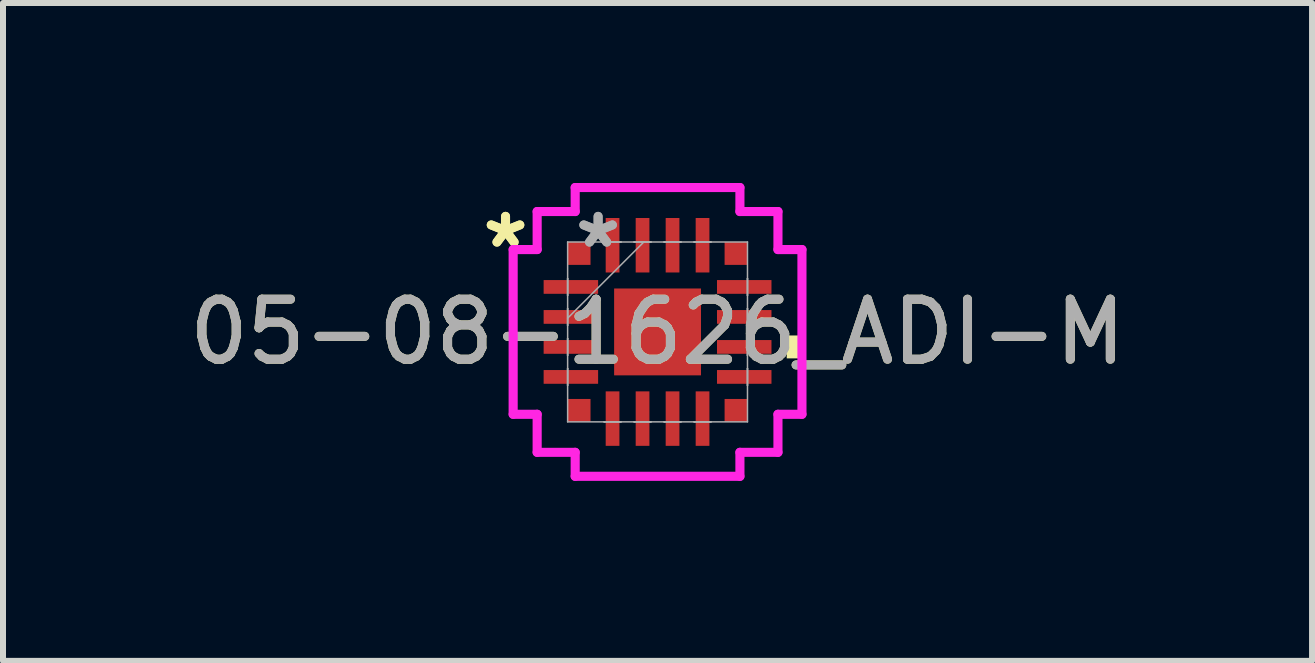
<source format=kicad_pcb>
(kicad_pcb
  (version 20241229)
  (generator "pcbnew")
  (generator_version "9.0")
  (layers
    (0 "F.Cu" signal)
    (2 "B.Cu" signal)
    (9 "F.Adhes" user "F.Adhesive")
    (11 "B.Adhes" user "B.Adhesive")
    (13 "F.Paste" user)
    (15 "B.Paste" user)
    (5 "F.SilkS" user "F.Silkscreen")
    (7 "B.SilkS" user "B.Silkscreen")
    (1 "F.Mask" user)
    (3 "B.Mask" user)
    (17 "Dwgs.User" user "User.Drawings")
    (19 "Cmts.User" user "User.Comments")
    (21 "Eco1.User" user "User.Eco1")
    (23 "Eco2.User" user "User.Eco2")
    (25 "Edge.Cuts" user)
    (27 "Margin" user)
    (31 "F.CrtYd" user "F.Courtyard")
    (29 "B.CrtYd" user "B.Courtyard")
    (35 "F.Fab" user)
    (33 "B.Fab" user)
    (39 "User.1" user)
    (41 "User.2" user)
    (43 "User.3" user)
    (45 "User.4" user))
  (footprint "05-08-1626_ADI-M"
    (layer "F.Cu")
    (at 7.911 2.483)
    (property "Reference" "05-08-1626_ADI-M" (at 0 0 0) (unlocked yes) (layer "F.SilkS") (effects (font (size 1 1) (thickness 0.15))))
    (attr smd)
    (fp_poly (pts (xy 2.407 0.059) (xy 2.407 0.441) (xy 2.153 0.441) (xy 2.153 0.059)) (stroke (width 0) (type solid)) (fill yes) (layer "F.SilkS"))
    (fp_line (start -2.407 -1.373) (end -2.007 -1.373) (stroke (width 0.152) (type solid)) (layer "F.CrtYd"))
    (fp_line (start -2.407 1.373) (end -2.407 -1.373) (stroke (width 0.152) (type solid)) (layer "F.CrtYd"))
    (fp_line (start -2.407 1.373) (end -2.007 1.373) (stroke (width 0.152) (type solid)) (layer "F.CrtYd"))
    (fp_line (start -2.007 -2.007) (end -1.373 -2.007) (stroke (width 0.152) (type solid)) (layer "F.CrtYd"))
    (fp_line (start -2.007 -1.373) (end -2.007 -2.007) (stroke (width 0.152) (type solid)) (layer "F.CrtYd"))
    (fp_line (start -2.007 2.007) (end -2.007 1.373) (stroke (width 0.152) (type solid)) (layer "F.CrtYd"))
    (fp_line (start -1.373 -2.407) (end 1.373 -2.407) (stroke (width 0.152) (type solid)) (layer "F.CrtYd"))
    (fp_line (start -1.373 -2.007) (end -1.373 -2.407) (stroke (width 0.152) (type solid)) (layer "F.CrtYd"))
    (fp_line (start -1.373 2.007) (end -2.007 2.007) (stroke (width 0.152) (type solid)) (layer "F.CrtYd"))
    (fp_line (start -1.373 2.407) (end -1.373 2.007) (stroke (width 0.152) (type solid)) (layer "F.CrtYd"))
    (fp_line (start 1.373 -2.407) (end 1.373 -2.007) (stroke (width 0.152) (type solid)) (layer "F.CrtYd"))
    (fp_line (start 1.373 -2.007) (end 2.007 -2.007) (stroke (width 0.152) (type solid)) (layer "F.CrtYd"))
    (fp_line (start 1.373 2.007) (end 1.373 2.407) (stroke (width 0.152) (type solid)) (layer "F.CrtYd"))
    (fp_line (start 1.373 2.407) (end -1.373 2.407) (stroke (width 0.152) (type solid)) (layer "F.CrtYd"))
    (fp_line (start 2.007 -2.007) (end 2.007 -1.373) (stroke (width 0.152) (type solid)) (layer "F.CrtYd"))
    (fp_line (start 2.007 -1.373) (end 2.407 -1.373) (stroke (width 0.152) (type solid)) (layer "F.CrtYd"))
    (fp_line (start 2.007 1.373) (end 2.007 2.007) (stroke (width 0.152) (type solid)) (layer "F.CrtYd"))
    (fp_line (start 2.007 2.007) (end 1.373 2.007) (stroke (width 0.152) (type solid)) (layer "F.CrtYd"))
    (fp_line (start 2.407 -1.373) (end 2.407 1.373) (stroke (width 0.152) (type solid)) (layer "F.CrtYd"))
    (fp_line (start 2.407 1.373) (end 2.007 1.373) (stroke (width 0.152) (type solid)) (layer "F.CrtYd"))
    (fp_line (start -1.499 -1.499) (end -1.499 1.499) (stroke (width 0.025) (type solid)) (layer "F.Fab"))
    (fp_line (start -1.499 -0.89) (end -1.499 -0.89) (stroke (width 0.025) (type solid)) (layer "F.Fab"))
    (fp_line (start -1.499 -0.89) (end -1.499 -0.61) (stroke (width 0.025) (type solid)) (layer "F.Fab"))
    (fp_line (start -1.499 -0.61) (end -1.499 -0.89) (stroke (width 0.025) (type solid)) (layer "F.Fab"))
    (fp_line (start -1.499 -0.61) (end -1.499 -0.61) (stroke (width 0.025) (type solid)) (layer "F.Fab"))
    (fp_line (start -1.499 -0.39) (end -1.499 -0.39) (stroke (width 0.025) (type solid)) (layer "F.Fab"))
    (fp_line (start -1.499 -0.39) (end -1.499 -0.11) (stroke (width 0.025) (type solid)) (layer "F.Fab"))
    (fp_line (start -1.499 -0.229) (end -0.229 -1.499) (stroke (width 0.025) (type solid)) (layer "F.Fab"))
    (fp_line (start -1.499 -0.11) (end -1.499 -0.39) (stroke (width 0.025) (type solid)) (layer "F.Fab"))
    (fp_line (start -1.499 -0.11) (end -1.499 -0.11) (stroke (width 0.025) (type solid)) (layer "F.Fab"))
    (fp_line (start -1.499 0.11) (end -1.499 0.11) (stroke (width 0.025) (type solid)) (layer "F.Fab"))
    (fp_line (start -1.499 0.11) (end -1.499 0.39) (stroke (width 0.025) (type solid)) (layer "F.Fab"))
    (fp_line (start -1.499 0.39) (end -1.499 0.11) (stroke (width 0.025) (type solid)) (layer "F.Fab"))
    (fp_line (start -1.499 0.39) (end -1.499 0.39) (stroke (width 0.025) (type solid)) (layer "F.Fab"))
    (fp_line (start -1.499 0.61) (end -1.499 0.61) (stroke (width 0.025) (type solid)) (layer "F.Fab"))
    (fp_line (start -1.499 0.61) (end -1.499 0.89) (stroke (width 0.025) (type solid)) (layer "F.Fab"))
    (fp_line (start -1.499 0.89) (end -1.499 0.61) (stroke (width 0.025) (type solid)) (layer "F.Fab"))
    (fp_line (start -1.499 0.89) (end -1.499 0.89) (stroke (width 0.025) (type solid)) (layer "F.Fab"))
    (fp_line (start -1.499 1.499) (end 1.499 1.499) (stroke (width 0.025) (type solid)) (layer "F.Fab"))
    (fp_line (start -0.89 -1.499) (end -0.89 -1.499) (stroke (width 0.025) (type solid)) (layer "F.Fab"))
    (fp_line (start -0.89 -1.499) (end -0.61 -1.499) (stroke (width 0.025) (type solid)) (layer "F.Fab"))
    (fp_line (start -0.89 1.499) (end -0.89 1.499) (stroke (width 0.025) (type solid)) (layer "F.Fab"))
    (fp_line (start -0.89 1.499) (end -0.61 1.499) (stroke (width 0.025) (type solid)) (layer "F.Fab"))
    (fp_line (start -0.61 -1.499) (end -0.89 -1.499) (stroke (width 0.025) (type solid)) (layer "F.Fab"))
    (fp_line (start -0.61 -1.499) (end -0.61 -1.499) (stroke (width 0.025) (type solid)) (layer "F.Fab"))
    (fp_line (start -0.61 1.499) (end -0.89 1.499) (stroke (width 0.025) (type solid)) (layer "F.Fab"))
    (fp_line (start -0.61 1.499) (end -0.61 1.499) (stroke (width 0.025) (type solid)) (layer "F.Fab"))
    (fp_line (start -0.39 -1.499) (end -0.39 -1.499) (stroke (width 0.025) (type solid)) (layer "F.Fab"))
    (fp_line (start -0.39 -1.499) (end -0.11 -1.499) (stroke (width 0.025) (type solid)) (layer "F.Fab"))
    (fp_line (start -0.39 1.499) (end -0.39 1.499) (stroke (width 0.025) (type solid)) (layer "F.Fab"))
    (fp_line (start -0.39 1.499) (end -0.11 1.499) (stroke (width 0.025) (type solid)) (layer "F.Fab"))
    (fp_line (start -0.11 -1.499) (end -0.39 -1.499) (stroke (width 0.025) (type solid)) (layer "F.Fab"))
    (fp_line (start -0.11 -1.499) (end -0.11 -1.499) (stroke (width 0.025) (type solid)) (layer "F.Fab"))
    (fp_line (start -0.11 1.499) (end -0.39 1.499) (stroke (width 0.025) (type solid)) (layer "F.Fab"))
    (fp_line (start -0.11 1.499) (end -0.11 1.499) (stroke (width 0.025) (type solid)) (layer "F.Fab"))
    (fp_line (start 0.11 -1.499) (end 0.11 -1.499) (stroke (width 0.025) (type solid)) (layer "F.Fab"))
    (fp_line (start 0.11 -1.499) (end 0.39 -1.499) (stroke (width 0.025) (type solid)) (layer "F.Fab"))
    (fp_line (start 0.11 1.499) (end 0.11 1.499) (stroke (width 0.025) (type solid)) (layer "F.Fab"))
    (fp_line (start 0.11 1.499) (end 0.39 1.499) (stroke (width 0.025) (type solid)) (layer "F.Fab"))
    (fp_line (start 0.39 -1.499) (end 0.11 -1.499) (stroke (width 0.025) (type solid)) (layer "F.Fab"))
    (fp_line (start 0.39 -1.499) (end 0.39 -1.499) (stroke (width 0.025) (type solid)) (layer "F.Fab"))
    (fp_line (start 0.39 1.499) (end 0.11 1.499) (stroke (width 0.025) (type solid)) (layer "F.Fab"))
    (fp_line (start 0.39 1.499) (end 0.39 1.499) (stroke (width 0.025) (type solid)) (layer "F.Fab"))
    (fp_line (start 0.61 -1.499) (end 0.61 -1.499) (stroke (width 0.025) (type solid)) (layer "F.Fab"))
    (fp_line (start 0.61 -1.499) (end 0.89 -1.499) (stroke (width 0.025) (type solid)) (layer "F.Fab"))
    (fp_line (start 0.61 1.499) (end 0.61 1.499) (stroke (width 0.025) (type solid)) (layer "F.Fab"))
    (fp_line (start 0.61 1.499) (end 0.89 1.499) (stroke (width 0.025) (type solid)) (layer "F.Fab"))
    (fp_line (start 0.89 -1.499) (end 0.61 -1.499) (stroke (width 0.025) (type solid)) (layer "F.Fab"))
    (fp_line (start 0.89 -1.499) (end 0.89 -1.499) (stroke (width 0.025) (type solid)) (layer "F.Fab"))
    (fp_line (start 0.89 1.499) (end 0.61 1.499) (stroke (width 0.025) (type solid)) (layer "F.Fab"))
    (fp_line (start 0.89 1.499) (end 0.89 1.499) (stroke (width 0.025) (type solid)) (layer "F.Fab"))
    (fp_line (start 1.499 -1.499) (end -1.499 -1.499) (stroke (width 0.025) (type solid)) (layer "F.Fab"))
    (fp_line (start 1.499 -0.89) (end 1.499 -0.89) (stroke (width 0.025) (type solid)) (layer "F.Fab"))
    (fp_line (start 1.499 -0.89) (end 1.499 -0.61) (stroke (width 0.025) (type solid)) (layer "F.Fab"))
    (fp_line (start 1.499 -0.61) (end 1.499 -0.89) (stroke (width 0.025) (type solid)) (layer "F.Fab"))
    (fp_line (start 1.499 -0.61) (end 1.499 -0.61) (stroke (width 0.025) (type solid)) (layer "F.Fab"))
    (fp_line (start 1.499 -0.39) (end 1.499 -0.39) (stroke (width 0.025) (type solid)) (layer "F.Fab"))
    (fp_line (start 1.499 -0.39) (end 1.499 -0.11) (stroke (width 0.025) (type solid)) (layer "F.Fab"))
    (fp_line (start 1.499 -0.11) (end 1.499 -0.39) (stroke (width 0.025) (type solid)) (layer "F.Fab"))
    (fp_line (start 1.499 -0.11) (end 1.499 -0.11) (stroke (width 0.025) (type solid)) (layer "F.Fab"))
    (fp_line (start 1.499 0.11) (end 1.499 0.11) (stroke (width 0.025) (type solid)) (layer "F.Fab"))
    (fp_line (start 1.499 0.11) (end 1.499 0.39) (stroke (width 0.025) (type solid)) (layer "F.Fab"))
    (fp_line (start 1.499 0.39) (end 1.499 0.11) (stroke (width 0.025) (type solid)) (layer "F.Fab"))
    (fp_line (start 1.499 0.39) (end 1.499 0.39) (stroke (width 0.025) (type solid)) (layer "F.Fab"))
    (fp_line (start 1.499 0.61) (end 1.499 0.61) (stroke (width 0.025) (type solid)) (layer "F.Fab"))
    (fp_line (start 1.499 0.61) (end 1.499 0.89) (stroke (width 0.025) (type solid)) (layer "F.Fab"))
    (fp_line (start 1.499 0.89) (end 1.499 0.61) (stroke (width 0.025) (type solid)) (layer "F.Fab"))
    (fp_line (start 1.499 0.89) (end 1.499 0.89) (stroke (width 0.025) (type solid)) (layer "F.Fab"))
    (fp_line (start 1.499 1.499) (end 1.499 -1.499) (stroke (width 0.025) (type solid)) (layer "F.Fab"))
    (fp_text user "*" (at -2.534 -1.381 0) (unlocked yes) (layer "F.SilkS") (effects (font (size 1 1) (thickness 0.15))))
    (fp_text user "*" (at -2.534 -1.381 0) (layer "F.SilkS") (effects (font (size 1 1) (thickness 0.15))))
    (fp_text user "${REFERENCE}" (at 0 0 0) (unlocked yes) (layer "F.Fab") (effects (font (size 1 1) (thickness 0.15))))
    (fp_text user "*" (at -0.991 -1.381 0) (unlocked yes) (layer "F.Fab") (effects (font (size 1 1) (thickness 0.15))))
    (fp_text user "*" (at -0.991 -1.381 0) (layer "F.Fab") (effects (font (size 1 1) (thickness 0.15))))
    (pad "1" smd rect (at -1.445 -0.75 90) (size 0.229 0.908) (layers "F.Cu" "F.Mask" "F.Paste"))
    (pad "2" smd rect (at -1.445 -0.25 90) (size 0.229 0.908) (layers "F.Cu" "F.Mask" "F.Paste"))
    (pad "3" smd rect (at -1.445 0.25 90) (size 0.229 0.908) (layers "F.Cu" "F.Mask" "F.Paste"))
    (pad "4" smd rect (at -1.445 0.75 90) (size 0.229 0.908) (layers "F.Cu" "F.Mask" "F.Paste"))
    (pad "5" smd rect (at -0.75 1.445) (size 0.229 0.908) (layers "F.Cu" "F.Mask" "F.Paste"))
    (pad "6" smd rect (at -0.25 1.445) (size 0.229 0.908) (layers "F.Cu" "F.Mask" "F.Paste"))
    (pad "7" smd rect (at 0.25 1.445) (size 0.229 0.908) (layers "F.Cu" "F.Mask" "F.Paste"))
    (pad "8" smd rect (at 0.75 1.445) (size 0.229 0.908) (layers "F.Cu" "F.Mask" "F.Paste"))
    (pad "9" smd rect (at 1.445 0.75 90) (size 0.229 0.908) (layers "F.Cu" "F.Mask" "F.Paste"))
    (pad "10" smd rect (at 1.445 0.25 90) (size 0.229 0.908) (layers "F.Cu" "F.Mask" "F.Paste"))
    (pad "11" smd rect (at 1.445 -0.25 90) (size 0.229 0.908) (layers "F.Cu" "F.Mask" "F.Paste"))
    (pad "12" smd rect (at 1.445 -0.75 90) (size 0.229 0.908) (layers "F.Cu" "F.Mask" "F.Paste"))
    (pad "13" smd rect (at 0.75 -1.445) (size 0.229 0.908) (layers "F.Cu" "F.Mask" "F.Paste"))
    (pad "14" smd rect (at 0.25 -1.445) (size 0.229 0.908) (layers "F.Cu" "F.Mask" "F.Paste"))
    (pad "15" smd rect (at -0.25 -1.445) (size 0.229 0.908) (layers "F.Cu" "F.Mask" "F.Paste"))
    (pad "16" smd rect (at -0.75 -1.445) (size 0.229 0.908) (layers "F.Cu" "F.Mask" "F.Paste"))
    (pad "17" smd rect (at 0 0) (size 1.448 1.448) (layers "F.Cu" "F.Mask" "F.Paste"))
    (pad "18" smd rect (at -1.308 -1.308) (size 0.381 0.381) (layers "F.Cu" "F.Mask" "F.Paste"))
    (pad "19" smd rect (at -1.308 1.308) (size 0.381 0.381) (layers "F.Cu" "F.Mask" "F.Paste"))
    (pad "20" smd rect (at 1.308 1.308) (size 0.381 0.381) (layers "F.Cu" "F.Mask" "F.Paste"))
    (pad "21" smd rect (at 1.308 -1.308) (size 0.381 0.381) (layers "F.Cu" "F.Mask" "F.Paste")))
  (gr_rect
    (start -3 -3)
    (end 18.821 7.966)
    (stroke (width 0.1) (type default))
    (fill no)
    (layer "Edge.Cuts")))
</source>
